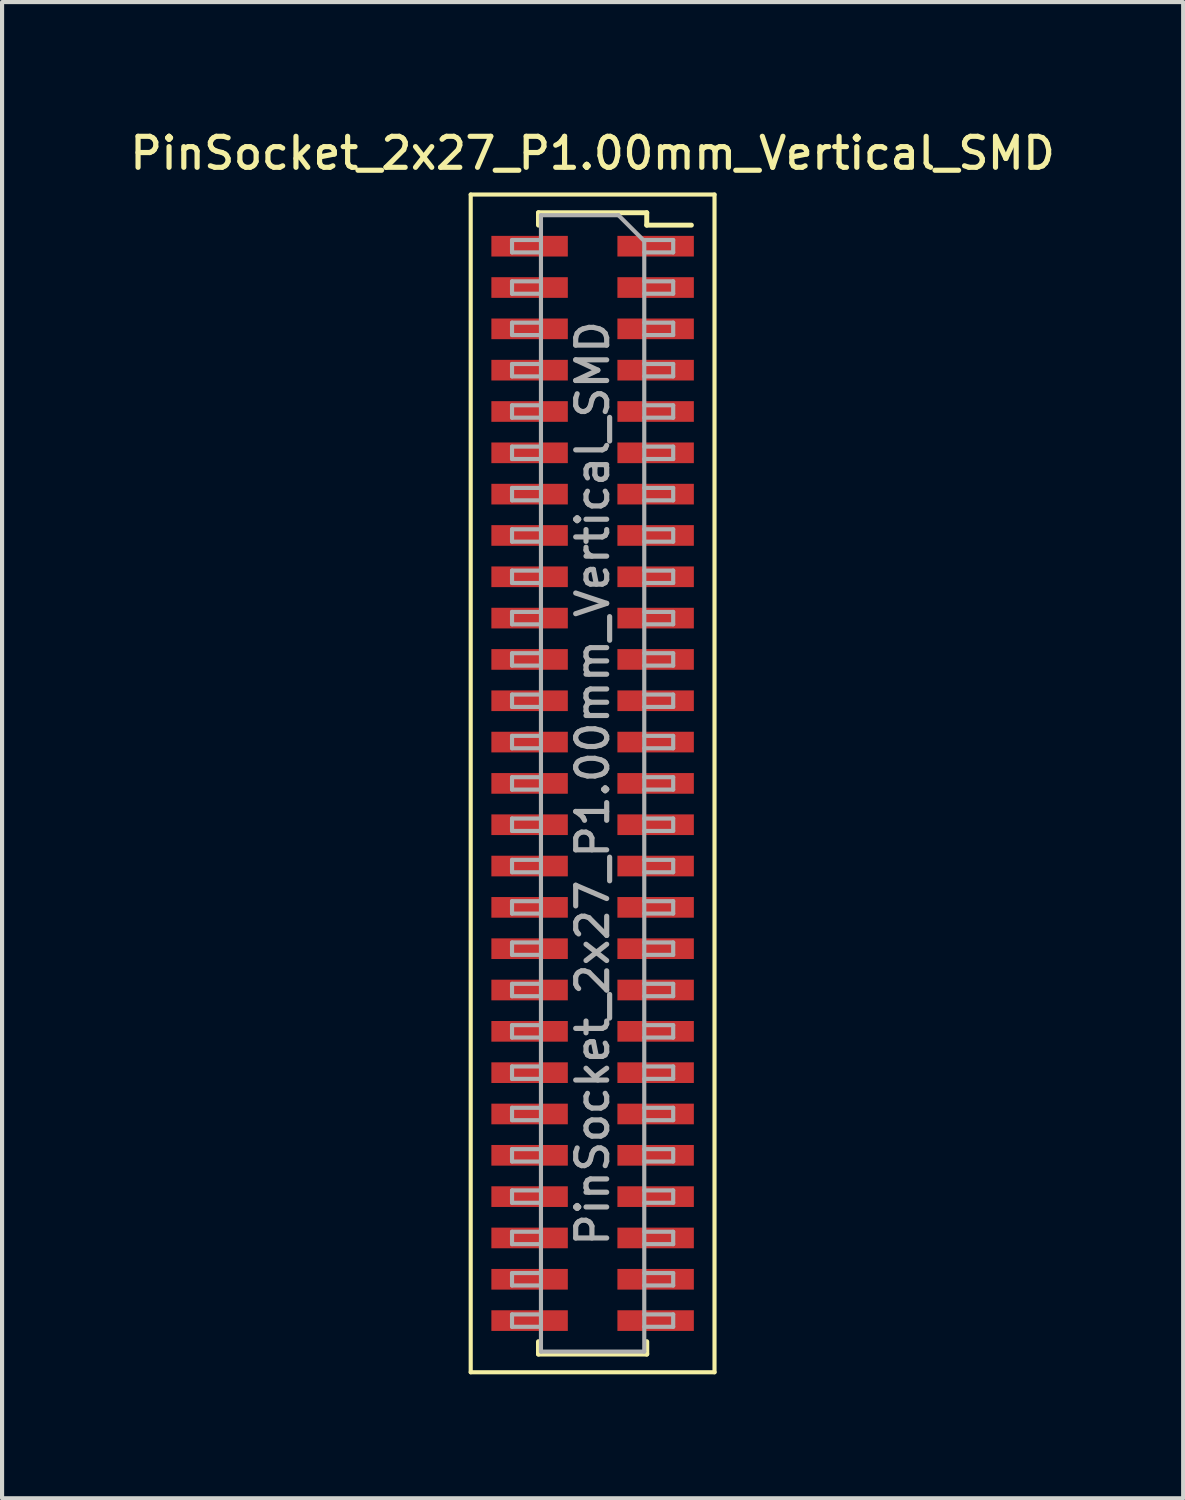
<source format=kicad_pcb>
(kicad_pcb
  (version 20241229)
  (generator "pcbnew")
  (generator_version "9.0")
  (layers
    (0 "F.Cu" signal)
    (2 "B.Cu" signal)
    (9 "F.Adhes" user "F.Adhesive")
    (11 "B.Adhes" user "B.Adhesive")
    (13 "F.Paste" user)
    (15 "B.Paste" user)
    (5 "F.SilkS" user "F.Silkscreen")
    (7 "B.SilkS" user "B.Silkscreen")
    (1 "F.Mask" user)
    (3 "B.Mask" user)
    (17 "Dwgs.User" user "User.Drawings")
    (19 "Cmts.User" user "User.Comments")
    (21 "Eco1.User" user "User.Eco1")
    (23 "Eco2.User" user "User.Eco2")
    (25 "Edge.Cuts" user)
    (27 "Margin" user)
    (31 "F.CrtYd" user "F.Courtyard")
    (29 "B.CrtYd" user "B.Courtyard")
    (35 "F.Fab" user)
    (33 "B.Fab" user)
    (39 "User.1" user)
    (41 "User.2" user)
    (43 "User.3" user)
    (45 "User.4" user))
  (footprint "PinSocket_2x27_P1.00mm_Vertical_SMD"
    (layer "F.Cu")
    (at 11.291 15.908)
    (property "Reference" "PinSocket_2x27_P1.00mm_Vertical_SMD" (at 0 -15.25 0) (layer "F.SilkS") (effects (font (size 0.75 0.75) (thickness 0.125))))
    (attr smd)
    (fp_line (start -2.95 -14.25) (end 2.95 -14.25) (stroke (width 0.1) (type solid)) (layer "F.SilkS"))
    (fp_line (start -2.95 14.25) (end -2.95 -14.25) (stroke (width 0.1) (type solid)) (layer "F.SilkS"))
    (fp_line (start -1.31 -13.81) (end -1.31 -13.51) (stroke (width 0.12) (type solid)) (layer "F.SilkS"))
    (fp_line (start -1.31 -13.81) (end 1.31 -13.81) (stroke (width 0.12) (type solid)) (layer "F.SilkS"))
    (fp_line (start -1.31 13.51) (end -1.31 13.81) (stroke (width 0.12) (type solid)) (layer "F.SilkS"))
    (fp_line (start -1.31 13.81) (end 1.31 13.81) (stroke (width 0.12) (type solid)) (layer "F.SilkS"))
    (fp_line (start 1.31 -13.81) (end 1.31 -13.51) (stroke (width 0.12) (type solid)) (layer "F.SilkS"))
    (fp_line (start 1.31 -13.51) (end 2.39 -13.51) (stroke (width 0.12) (type solid)) (layer "F.SilkS"))
    (fp_line (start 1.31 13.51) (end 1.31 13.81) (stroke (width 0.12) (type solid)) (layer "F.SilkS"))
    (fp_line (start 2.95 -14.25) (end 2.95 14.25) (stroke (width 0.1) (type solid)) (layer "F.SilkS"))
    (fp_line (start 2.95 14.25) (end -2.95 14.25) (stroke (width 0.1) (type solid)) (layer "F.SilkS"))
    (fp_line (start -1.95 -13.15) (end -1.25 -13.15) (stroke (width 0.1) (type solid)) (layer "F.Fab"))
    (fp_line (start -1.95 -12.85) (end -1.95 -13.15) (stroke (width 0.1) (type solid)) (layer "F.Fab"))
    (fp_line (start -1.95 -12.15) (end -1.25 -12.15) (stroke (width 0.1) (type solid)) (layer "F.Fab"))
    (fp_line (start -1.95 -11.85) (end -1.95 -12.15) (stroke (width 0.1) (type solid)) (layer "F.Fab"))
    (fp_line (start -1.95 -11.15) (end -1.25 -11.15) (stroke (width 0.1) (type solid)) (layer "F.Fab"))
    (fp_line (start -1.95 -10.85) (end -1.95 -11.15) (stroke (width 0.1) (type solid)) (layer "F.Fab"))
    (fp_line (start -1.95 -10.15) (end -1.25 -10.15) (stroke (width 0.1) (type solid)) (layer "F.Fab"))
    (fp_line (start -1.95 -9.85) (end -1.95 -10.15) (stroke (width 0.1) (type solid)) (layer "F.Fab"))
    (fp_line (start -1.95 -9.15) (end -1.25 -9.15) (stroke (width 0.1) (type solid)) (layer "F.Fab"))
    (fp_line (start -1.95 -8.85) (end -1.95 -9.15) (stroke (width 0.1) (type solid)) (layer "F.Fab"))
    (fp_line (start -1.95 -8.15) (end -1.25 -8.15) (stroke (width 0.1) (type solid)) (layer "F.Fab"))
    (fp_line (start -1.95 -7.85) (end -1.95 -8.15) (stroke (width 0.1) (type solid)) (layer "F.Fab"))
    (fp_line (start -1.95 -7.15) (end -1.25 -7.15) (stroke (width 0.1) (type solid)) (layer "F.Fab"))
    (fp_line (start -1.95 -6.85) (end -1.95 -7.15) (stroke (width 0.1) (type solid)) (layer "F.Fab"))
    (fp_line (start -1.95 -6.15) (end -1.25 -6.15) (stroke (width 0.1) (type solid)) (layer "F.Fab"))
    (fp_line (start -1.95 -5.85) (end -1.95 -6.15) (stroke (width 0.1) (type solid)) (layer "F.Fab"))
    (fp_line (start -1.95 -5.15) (end -1.25 -5.15) (stroke (width 0.1) (type solid)) (layer "F.Fab"))
    (fp_line (start -1.95 -4.85) (end -1.95 -5.15) (stroke (width 0.1) (type solid)) (layer "F.Fab"))
    (fp_line (start -1.95 -4.15) (end -1.25 -4.15) (stroke (width 0.1) (type solid)) (layer "F.Fab"))
    (fp_line (start -1.95 -3.85) (end -1.95 -4.15) (stroke (width 0.1) (type solid)) (layer "F.Fab"))
    (fp_line (start -1.95 -3.15) (end -1.25 -3.15) (stroke (width 0.1) (type solid)) (layer "F.Fab"))
    (fp_line (start -1.95 -2.85) (end -1.95 -3.15) (stroke (width 0.1) (type solid)) (layer "F.Fab"))
    (fp_line (start -1.95 -2.15) (end -1.25 -2.15) (stroke (width 0.1) (type solid)) (layer "F.Fab"))
    (fp_line (start -1.95 -1.85) (end -1.95 -2.15) (stroke (width 0.1) (type solid)) (layer "F.Fab"))
    (fp_line (start -1.95 -1.15) (end -1.25 -1.15) (stroke (width 0.1) (type solid)) (layer "F.Fab"))
    (fp_line (start -1.95 -0.85) (end -1.95 -1.15) (stroke (width 0.1) (type solid)) (layer "F.Fab"))
    (fp_line (start -1.95 -0.15) (end -1.25 -0.15) (stroke (width 0.1) (type solid)) (layer "F.Fab"))
    (fp_line (start -1.95 0.15) (end -1.95 -0.15) (stroke (width 0.1) (type solid)) (layer "F.Fab"))
    (fp_line (start -1.95 0.85) (end -1.25 0.85) (stroke (width 0.1) (type solid)) (layer "F.Fab"))
    (fp_line (start -1.95 1.15) (end -1.95 0.85) (stroke (width 0.1) (type solid)) (layer "F.Fab"))
    (fp_line (start -1.95 1.85) (end -1.25 1.85) (stroke (width 0.1) (type solid)) (layer "F.Fab"))
    (fp_line (start -1.95 2.15) (end -1.95 1.85) (stroke (width 0.1) (type solid)) (layer "F.Fab"))
    (fp_line (start -1.95 2.85) (end -1.25 2.85) (stroke (width 0.1) (type solid)) (layer "F.Fab"))
    (fp_line (start -1.95 3.15) (end -1.95 2.85) (stroke (width 0.1) (type solid)) (layer "F.Fab"))
    (fp_line (start -1.95 3.85) (end -1.25 3.85) (stroke (width 0.1) (type solid)) (layer "F.Fab"))
    (fp_line (start -1.95 4.15) (end -1.95 3.85) (stroke (width 0.1) (type solid)) (layer "F.Fab"))
    (fp_line (start -1.95 4.85) (end -1.25 4.85) (stroke (width 0.1) (type solid)) (layer "F.Fab"))
    (fp_line (start -1.95 5.15) (end -1.95 4.85) (stroke (width 0.1) (type solid)) (layer "F.Fab"))
    (fp_line (start -1.95 5.85) (end -1.25 5.85) (stroke (width 0.1) (type solid)) (layer "F.Fab"))
    (fp_line (start -1.95 6.15) (end -1.95 5.85) (stroke (width 0.1) (type solid)) (layer "F.Fab"))
    (fp_line (start -1.95 6.85) (end -1.25 6.85) (stroke (width 0.1) (type solid)) (layer "F.Fab"))
    (fp_line (start -1.95 7.15) (end -1.95 6.85) (stroke (width 0.1) (type solid)) (layer "F.Fab"))
    (fp_line (start -1.95 7.85) (end -1.25 7.85) (stroke (width 0.1) (type solid)) (layer "F.Fab"))
    (fp_line (start -1.95 8.15) (end -1.95 7.85) (stroke (width 0.1) (type solid)) (layer "F.Fab"))
    (fp_line (start -1.95 8.85) (end -1.25 8.85) (stroke (width 0.1) (type solid)) (layer "F.Fab"))
    (fp_line (start -1.95 9.15) (end -1.95 8.85) (stroke (width 0.1) (type solid)) (layer "F.Fab"))
    (fp_line (start -1.95 9.85) (end -1.25 9.85) (stroke (width 0.1) (type solid)) (layer "F.Fab"))
    (fp_line (start -1.95 10.15) (end -1.95 9.85) (stroke (width 0.1) (type solid)) (layer "F.Fab"))
    (fp_line (start -1.95 10.85) (end -1.25 10.85) (stroke (width 0.1) (type solid)) (layer "F.Fab"))
    (fp_line (start -1.95 11.15) (end -1.95 10.85) (stroke (width 0.1) (type solid)) (layer "F.Fab"))
    (fp_line (start -1.95 11.85) (end -1.25 11.85) (stroke (width 0.1) (type solid)) (layer "F.Fab"))
    (fp_line (start -1.95 12.15) (end -1.95 11.85) (stroke (width 0.1) (type solid)) (layer "F.Fab"))
    (fp_line (start -1.95 12.85) (end -1.25 12.85) (stroke (width 0.1) (type solid)) (layer "F.Fab"))
    (fp_line (start -1.95 13.15) (end -1.95 12.85) (stroke (width 0.1) (type solid)) (layer "F.Fab"))
    (fp_line (start -1.25 -13.75) (end 0.625 -13.75) (stroke (width 0.1) (type solid)) (layer "F.Fab"))
    (fp_line (start -1.25 -12.85) (end -1.95 -12.85) (stroke (width 0.1) (type solid)) (layer "F.Fab"))
    (fp_line (start -1.25 -11.85) (end -1.95 -11.85) (stroke (width 0.1) (type solid)) (layer "F.Fab"))
    (fp_line (start -1.25 -10.85) (end -1.95 -10.85) (stroke (width 0.1) (type solid)) (layer "F.Fab"))
    (fp_line (start -1.25 -9.85) (end -1.95 -9.85) (stroke (width 0.1) (type solid)) (layer "F.Fab"))
    (fp_line (start -1.25 -8.85) (end -1.95 -8.85) (stroke (width 0.1) (type solid)) (layer "F.Fab"))
    (fp_line (start -1.25 -7.85) (end -1.95 -7.85) (stroke (width 0.1) (type solid)) (layer "F.Fab"))
    (fp_line (start -1.25 -6.85) (end -1.95 -6.85) (stroke (width 0.1) (type solid)) (layer "F.Fab"))
    (fp_line (start -1.25 -5.85) (end -1.95 -5.85) (stroke (width 0.1) (type solid)) (layer "F.Fab"))
    (fp_line (start -1.25 -4.85) (end -1.95 -4.85) (stroke (width 0.1) (type solid)) (layer "F.Fab"))
    (fp_line (start -1.25 -3.85) (end -1.95 -3.85) (stroke (width 0.1) (type solid)) (layer "F.Fab"))
    (fp_line (start -1.25 -2.85) (end -1.95 -2.85) (stroke (width 0.1) (type solid)) (layer "F.Fab"))
    (fp_line (start -1.25 -1.85) (end -1.95 -1.85) (stroke (width 0.1) (type solid)) (layer "F.Fab"))
    (fp_line (start -1.25 -0.85) (end -1.95 -0.85) (stroke (width 0.1) (type solid)) (layer "F.Fab"))
    (fp_line (start -1.25 0.15) (end -1.95 0.15) (stroke (width 0.1) (type solid)) (layer "F.Fab"))
    (fp_line (start -1.25 1.15) (end -1.95 1.15) (stroke (width 0.1) (type solid)) (layer "F.Fab"))
    (fp_line (start -1.25 2.15) (end -1.95 2.15) (stroke (width 0.1) (type solid)) (layer "F.Fab"))
    (fp_line (start -1.25 3.15) (end -1.95 3.15) (stroke (width 0.1) (type solid)) (layer "F.Fab"))
    (fp_line (start -1.25 4.15) (end -1.95 4.15) (stroke (width 0.1) (type solid)) (layer "F.Fab"))
    (fp_line (start -1.25 5.15) (end -1.95 5.15) (stroke (width 0.1) (type solid)) (layer "F.Fab"))
    (fp_line (start -1.25 6.15) (end -1.95 6.15) (stroke (width 0.1) (type solid)) (layer "F.Fab"))
    (fp_line (start -1.25 7.15) (end -1.95 7.15) (stroke (width 0.1) (type solid)) (layer "F.Fab"))
    (fp_line (start -1.25 8.15) (end -1.95 8.15) (stroke (width 0.1) (type solid)) (layer "F.Fab"))
    (fp_line (start -1.25 9.15) (end -1.95 9.15) (stroke (width 0.1) (type solid)) (layer "F.Fab"))
    (fp_line (start -1.25 10.15) (end -1.95 10.15) (stroke (width 0.1) (type solid)) (layer "F.Fab"))
    (fp_line (start -1.25 11.15) (end -1.95 11.15) (stroke (width 0.1) (type solid)) (layer "F.Fab"))
    (fp_line (start -1.25 12.15) (end -1.95 12.15) (stroke (width 0.1) (type solid)) (layer "F.Fab"))
    (fp_line (start -1.25 13.15) (end -1.95 13.15) (stroke (width 0.1) (type solid)) (layer "F.Fab"))
    (fp_line (start -1.25 13.75) (end -1.25 -13.75) (stroke (width 0.1) (type solid)) (layer "F.Fab"))
    (fp_line (start 0.625 -13.75) (end 1.25 -13.125) (stroke (width 0.1) (type solid)) (layer "F.Fab"))
    (fp_line (start 1.25 -13.15) (end 1.95 -13.15) (stroke (width 0.1) (type solid)) (layer "F.Fab"))
    (fp_line (start 1.25 -13.125) (end 1.25 13.75) (stroke (width 0.1) (type solid)) (layer "F.Fab"))
    (fp_line (start 1.25 -12.15) (end 1.95 -12.15) (stroke (width 0.1) (type solid)) (layer "F.Fab"))
    (fp_line (start 1.25 -11.15) (end 1.95 -11.15) (stroke (width 0.1) (type solid)) (layer "F.Fab"))
    (fp_line (start 1.25 -10.15) (end 1.95 -10.15) (stroke (width 0.1) (type solid)) (layer "F.Fab"))
    (fp_line (start 1.25 -9.15) (end 1.95 -9.15) (stroke (width 0.1) (type solid)) (layer "F.Fab"))
    (fp_line (start 1.25 -8.15) (end 1.95 -8.15) (stroke (width 0.1) (type solid)) (layer "F.Fab"))
    (fp_line (start 1.25 -7.15) (end 1.95 -7.15) (stroke (width 0.1) (type solid)) (layer "F.Fab"))
    (fp_line (start 1.25 -6.15) (end 1.95 -6.15) (stroke (width 0.1) (type solid)) (layer "F.Fab"))
    (fp_line (start 1.25 -5.15) (end 1.95 -5.15) (stroke (width 0.1) (type solid)) (layer "F.Fab"))
    (fp_line (start 1.25 -4.15) (end 1.95 -4.15) (stroke (width 0.1) (type solid)) (layer "F.Fab"))
    (fp_line (start 1.25 -3.15) (end 1.95 -3.15) (stroke (width 0.1) (type solid)) (layer "F.Fab"))
    (fp_line (start 1.25 -2.15) (end 1.95 -2.15) (stroke (width 0.1) (type solid)) (layer "F.Fab"))
    (fp_line (start 1.25 -1.15) (end 1.95 -1.15) (stroke (width 0.1) (type solid)) (layer "F.Fab"))
    (fp_line (start 1.25 -0.15) (end 1.95 -0.15) (stroke (width 0.1) (type solid)) (layer "F.Fab"))
    (fp_line (start 1.25 0.85) (end 1.95 0.85) (stroke (width 0.1) (type solid)) (layer "F.Fab"))
    (fp_line (start 1.25 1.85) (end 1.95 1.85) (stroke (width 0.1) (type solid)) (layer "F.Fab"))
    (fp_line (start 1.25 2.85) (end 1.95 2.85) (stroke (width 0.1) (type solid)) (layer "F.Fab"))
    (fp_line (start 1.25 3.85) (end 1.95 3.85) (stroke (width 0.1) (type solid)) (layer "F.Fab"))
    (fp_line (start 1.25 4.85) (end 1.95 4.85) (stroke (width 0.1) (type solid)) (layer "F.Fab"))
    (fp_line (start 1.25 5.85) (end 1.95 5.85) (stroke (width 0.1) (type solid)) (layer "F.Fab"))
    (fp_line (start 1.25 6.85) (end 1.95 6.85) (stroke (width 0.1) (type solid)) (layer "F.Fab"))
    (fp_line (start 1.25 7.85) (end 1.95 7.85) (stroke (width 0.1) (type solid)) (layer "F.Fab"))
    (fp_line (start 1.25 8.85) (end 1.95 8.85) (stroke (width 0.1) (type solid)) (layer "F.Fab"))
    (fp_line (start 1.25 9.85) (end 1.95 9.85) (stroke (width 0.1) (type solid)) (layer "F.Fab"))
    (fp_line (start 1.25 10.85) (end 1.95 10.85) (stroke (width 0.1) (type solid)) (layer "F.Fab"))
    (fp_line (start 1.25 11.85) (end 1.95 11.85) (stroke (width 0.1) (type solid)) (layer "F.Fab"))
    (fp_line (start 1.25 12.85) (end 1.95 12.85) (stroke (width 0.1) (type solid)) (layer "F.Fab"))
    (fp_line (start 1.25 13.75) (end -1.25 13.75) (stroke (width 0.1) (type solid)) (layer "F.Fab"))
    (fp_line (start 1.95 -13.15) (end 1.95 -12.85) (stroke (width 0.1) (type solid)) (layer "F.Fab"))
    (fp_line (start 1.95 -12.85) (end 1.25 -12.85) (stroke (width 0.1) (type solid)) (layer "F.Fab"))
    (fp_line (start 1.95 -12.15) (end 1.95 -11.85) (stroke (width 0.1) (type solid)) (layer "F.Fab"))
    (fp_line (start 1.95 -11.85) (end 1.25 -11.85) (stroke (width 0.1) (type solid)) (layer "F.Fab"))
    (fp_line (start 1.95 -11.15) (end 1.95 -10.85) (stroke (width 0.1) (type solid)) (layer "F.Fab"))
    (fp_line (start 1.95 -10.85) (end 1.25 -10.85) (stroke (width 0.1) (type solid)) (layer "F.Fab"))
    (fp_line (start 1.95 -10.15) (end 1.95 -9.85) (stroke (width 0.1) (type solid)) (layer "F.Fab"))
    (fp_line (start 1.95 -9.85) (end 1.25 -9.85) (stroke (width 0.1) (type solid)) (layer "F.Fab"))
    (fp_line (start 1.95 -9.15) (end 1.95 -8.85) (stroke (width 0.1) (type solid)) (layer "F.Fab"))
    (fp_line (start 1.95 -8.85) (end 1.25 -8.85) (stroke (width 0.1) (type solid)) (layer "F.Fab"))
    (fp_line (start 1.95 -8.15) (end 1.95 -7.85) (stroke (width 0.1) (type solid)) (layer "F.Fab"))
    (fp_line (start 1.95 -7.85) (end 1.25 -7.85) (stroke (width 0.1) (type solid)) (layer "F.Fab"))
    (fp_line (start 1.95 -7.15) (end 1.95 -6.85) (stroke (width 0.1) (type solid)) (layer "F.Fab"))
    (fp_line (start 1.95 -6.85) (end 1.25 -6.85) (stroke (width 0.1) (type solid)) (layer "F.Fab"))
    (fp_line (start 1.95 -6.15) (end 1.95 -5.85) (stroke (width 0.1) (type solid)) (layer "F.Fab"))
    (fp_line (start 1.95 -5.85) (end 1.25 -5.85) (stroke (width 0.1) (type solid)) (layer "F.Fab"))
    (fp_line (start 1.95 -5.15) (end 1.95 -4.85) (stroke (width 0.1) (type solid)) (layer "F.Fab"))
    (fp_line (start 1.95 -4.85) (end 1.25 -4.85) (stroke (width 0.1) (type solid)) (layer "F.Fab"))
    (fp_line (start 1.95 -4.15) (end 1.95 -3.85) (stroke (width 0.1) (type solid)) (layer "F.Fab"))
    (fp_line (start 1.95 -3.85) (end 1.25 -3.85) (stroke (width 0.1) (type solid)) (layer "F.Fab"))
    (fp_line (start 1.95 -3.15) (end 1.95 -2.85) (stroke (width 0.1) (type solid)) (layer "F.Fab"))
    (fp_line (start 1.95 -2.85) (end 1.25 -2.85) (stroke (width 0.1) (type solid)) (layer "F.Fab"))
    (fp_line (start 1.95 -2.15) (end 1.95 -1.85) (stroke (width 0.1) (type solid)) (layer "F.Fab"))
    (fp_line (start 1.95 -1.85) (end 1.25 -1.85) (stroke (width 0.1) (type solid)) (layer "F.Fab"))
    (fp_line (start 1.95 -1.15) (end 1.95 -0.85) (stroke (width 0.1) (type solid)) (layer "F.Fab"))
    (fp_line (start 1.95 -0.85) (end 1.25 -0.85) (stroke (width 0.1) (type solid)) (layer "F.Fab"))
    (fp_line (start 1.95 -0.15) (end 1.95 0.15) (stroke (width 0.1) (type solid)) (layer "F.Fab"))
    (fp_line (start 1.95 0.15) (end 1.25 0.15) (stroke (width 0.1) (type solid)) (layer "F.Fab"))
    (fp_line (start 1.95 0.85) (end 1.95 1.15) (stroke (width 0.1) (type solid)) (layer "F.Fab"))
    (fp_line (start 1.95 1.15) (end 1.25 1.15) (stroke (width 0.1) (type solid)) (layer "F.Fab"))
    (fp_line (start 1.95 1.85) (end 1.95 2.15) (stroke (width 0.1) (type solid)) (layer "F.Fab"))
    (fp_line (start 1.95 2.15) (end 1.25 2.15) (stroke (width 0.1) (type solid)) (layer "F.Fab"))
    (fp_line (start 1.95 2.85) (end 1.95 3.15) (stroke (width 0.1) (type solid)) (layer "F.Fab"))
    (fp_line (start 1.95 3.15) (end 1.25 3.15) (stroke (width 0.1) (type solid)) (layer "F.Fab"))
    (fp_line (start 1.95 3.85) (end 1.95 4.15) (stroke (width 0.1) (type solid)) (layer "F.Fab"))
    (fp_line (start 1.95 4.15) (end 1.25 4.15) (stroke (width 0.1) (type solid)) (layer "F.Fab"))
    (fp_line (start 1.95 4.85) (end 1.95 5.15) (stroke (width 0.1) (type solid)) (layer "F.Fab"))
    (fp_line (start 1.95 5.15) (end 1.25 5.15) (stroke (width 0.1) (type solid)) (layer "F.Fab"))
    (fp_line (start 1.95 5.85) (end 1.95 6.15) (stroke (width 0.1) (type solid)) (layer "F.Fab"))
    (fp_line (start 1.95 6.15) (end 1.25 6.15) (stroke (width 0.1) (type solid)) (layer "F.Fab"))
    (fp_line (start 1.95 6.85) (end 1.95 7.15) (stroke (width 0.1) (type solid)) (layer "F.Fab"))
    (fp_line (start 1.95 7.15) (end 1.25 7.15) (stroke (width 0.1) (type solid)) (layer "F.Fab"))
    (fp_line (start 1.95 7.85) (end 1.95 8.15) (stroke (width 0.1) (type solid)) (layer "F.Fab"))
    (fp_line (start 1.95 8.15) (end 1.25 8.15) (stroke (width 0.1) (type solid)) (layer "F.Fab"))
    (fp_line (start 1.95 8.85) (end 1.95 9.15) (stroke (width 0.1) (type solid)) (layer "F.Fab"))
    (fp_line (start 1.95 9.15) (end 1.25 9.15) (stroke (width 0.1) (type solid)) (layer "F.Fab"))
    (fp_line (start 1.95 9.85) (end 1.95 10.15) (stroke (width 0.1) (type solid)) (layer "F.Fab"))
    (fp_line (start 1.95 10.15) (end 1.25 10.15) (stroke (width 0.1) (type solid)) (layer "F.Fab"))
    (fp_line (start 1.95 10.85) (end 1.95 11.15) (stroke (width 0.1) (type solid)) (layer "F.Fab"))
    (fp_line (start 1.95 11.15) (end 1.25 11.15) (stroke (width 0.1) (type solid)) (layer "F.Fab"))
    (fp_line (start 1.95 11.85) (end 1.95 12.15) (stroke (width 0.1) (type solid)) (layer "F.Fab"))
    (fp_line (start 1.95 12.15) (end 1.25 12.15) (stroke (width 0.1) (type solid)) (layer "F.Fab"))
    (fp_line (start 1.95 12.85) (end 1.95 13.15) (stroke (width 0.1) (type solid)) (layer "F.Fab"))
    (fp_line (start 1.95 13.15) (end 1.25 13.15) (stroke (width 0.1) (type solid)) (layer "F.Fab"))
    (fp_text user "${REFERENCE}" (at 0 0 90) (layer "F.Fab") (effects (font (size 0.75 0.75) (thickness 0.125))))
    (pad "1" smd rect (at 1.525 -13) (size 1.85 0.5) (layers "F.Cu" "F.Mask" "F.Paste"))
    (pad "2" smd rect (at -1.525 -13) (size 1.85 0.5) (layers "F.Cu" "F.Mask" "F.Paste"))
    (pad "3" smd rect (at 1.525 -12) (size 1.85 0.5) (layers "F.Cu" "F.Mask" "F.Paste"))
    (pad "4" smd rect (at -1.525 -12) (size 1.85 0.5) (layers "F.Cu" "F.Mask" "F.Paste"))
    (pad "5" smd rect (at 1.525 -11) (size 1.85 0.5) (layers "F.Cu" "F.Mask" "F.Paste"))
    (pad "6" smd rect (at -1.525 -11) (size 1.85 0.5) (layers "F.Cu" "F.Mask" "F.Paste"))
    (pad "7" smd rect (at 1.525 -10) (size 1.85 0.5) (layers "F.Cu" "F.Mask" "F.Paste"))
    (pad "8" smd rect (at -1.525 -10) (size 1.85 0.5) (layers "F.Cu" "F.Mask" "F.Paste"))
    (pad "9" smd rect (at 1.525 -9) (size 1.85 0.5) (layers "F.Cu" "F.Mask" "F.Paste"))
    (pad "10" smd rect (at -1.525 -9) (size 1.85 0.5) (layers "F.Cu" "F.Mask" "F.Paste"))
    (pad "11" smd rect (at 1.525 -8) (size 1.85 0.5) (layers "F.Cu" "F.Mask" "F.Paste"))
    (pad "12" smd rect (at -1.525 -8) (size 1.85 0.5) (layers "F.Cu" "F.Mask" "F.Paste"))
    (pad "13" smd rect (at 1.525 -7) (size 1.85 0.5) (layers "F.Cu" "F.Mask" "F.Paste"))
    (pad "14" smd rect (at -1.525 -7) (size 1.85 0.5) (layers "F.Cu" "F.Mask" "F.Paste"))
    (pad "15" smd rect (at 1.525 -6) (size 1.85 0.5) (layers "F.Cu" "F.Mask" "F.Paste"))
    (pad "16" smd rect (at -1.525 -6) (size 1.85 0.5) (layers "F.Cu" "F.Mask" "F.Paste"))
    (pad "17" smd rect (at 1.525 -5) (size 1.85 0.5) (layers "F.Cu" "F.Mask" "F.Paste"))
    (pad "18" smd rect (at -1.525 -5) (size 1.85 0.5) (layers "F.Cu" "F.Mask" "F.Paste"))
    (pad "19" smd rect (at 1.525 -4) (size 1.85 0.5) (layers "F.Cu" "F.Mask" "F.Paste"))
    (pad "20" smd rect (at -1.525 -4) (size 1.85 0.5) (layers "F.Cu" "F.Mask" "F.Paste"))
    (pad "21" smd rect (at 1.525 -3) (size 1.85 0.5) (layers "F.Cu" "F.Mask" "F.Paste"))
    (pad "22" smd rect (at -1.525 -3) (size 1.85 0.5) (layers "F.Cu" "F.Mask" "F.Paste"))
    (pad "23" smd rect (at 1.525 -2) (size 1.85 0.5) (layers "F.Cu" "F.Mask" "F.Paste"))
    (pad "24" smd rect (at -1.525 -2) (size 1.85 0.5) (layers "F.Cu" "F.Mask" "F.Paste"))
    (pad "25" smd rect (at 1.525 -1) (size 1.85 0.5) (layers "F.Cu" "F.Mask" "F.Paste"))
    (pad "26" smd rect (at -1.525 -1) (size 1.85 0.5) (layers "F.Cu" "F.Mask" "F.Paste"))
    (pad "27" smd rect (at 1.525 0) (size 1.85 0.5) (layers "F.Cu" "F.Mask" "F.Paste"))
    (pad "28" smd rect (at -1.525 0) (size 1.85 0.5) (layers "F.Cu" "F.Mask" "F.Paste"))
    (pad "29" smd rect (at 1.525 1) (size 1.85 0.5) (layers "F.Cu" "F.Mask" "F.Paste"))
    (pad "30" smd rect (at -1.525 1) (size 1.85 0.5) (layers "F.Cu" "F.Mask" "F.Paste"))
    (pad "31" smd rect (at 1.525 2) (size 1.85 0.5) (layers "F.Cu" "F.Mask" "F.Paste"))
    (pad "32" smd rect (at -1.525 2) (size 1.85 0.5) (layers "F.Cu" "F.Mask" "F.Paste"))
    (pad "33" smd rect (at 1.525 3) (size 1.85 0.5) (layers "F.Cu" "F.Mask" "F.Paste"))
    (pad "34" smd rect (at -1.525 3) (size 1.85 0.5) (layers "F.Cu" "F.Mask" "F.Paste"))
    (pad "35" smd rect (at 1.525 4) (size 1.85 0.5) (layers "F.Cu" "F.Mask" "F.Paste"))
    (pad "36" smd rect (at -1.525 4) (size 1.85 0.5) (layers "F.Cu" "F.Mask" "F.Paste"))
    (pad "37" smd rect (at 1.525 5) (size 1.85 0.5) (layers "F.Cu" "F.Mask" "F.Paste"))
    (pad "38" smd rect (at -1.525 5) (size 1.85 0.5) (layers "F.Cu" "F.Mask" "F.Paste"))
    (pad "39" smd rect (at 1.525 6) (size 1.85 0.5) (layers "F.Cu" "F.Mask" "F.Paste"))
    (pad "40" smd rect (at -1.525 6) (size 1.85 0.5) (layers "F.Cu" "F.Mask" "F.Paste"))
    (pad "41" smd rect (at 1.525 7) (size 1.85 0.5) (layers "F.Cu" "F.Mask" "F.Paste"))
    (pad "42" smd rect (at -1.525 7) (size 1.85 0.5) (layers "F.Cu" "F.Mask" "F.Paste"))
    (pad "43" smd rect (at 1.525 8) (size 1.85 0.5) (layers "F.Cu" "F.Mask" "F.Paste"))
    (pad "44" smd rect (at -1.525 8) (size 1.85 0.5) (layers "F.Cu" "F.Mask" "F.Paste"))
    (pad "45" smd rect (at 1.525 9) (size 1.85 0.5) (layers "F.Cu" "F.Mask" "F.Paste"))
    (pad "46" smd rect (at -1.525 9) (size 1.85 0.5) (layers "F.Cu" "F.Mask" "F.Paste"))
    (pad "47" smd rect (at 1.525 10) (size 1.85 0.5) (layers "F.Cu" "F.Mask" "F.Paste"))
    (pad "48" smd rect (at -1.525 10) (size 1.85 0.5) (layers "F.Cu" "F.Mask" "F.Paste"))
    (pad "49" smd rect (at 1.525 11) (size 1.85 0.5) (layers "F.Cu" "F.Mask" "F.Paste"))
    (pad "50" smd rect (at -1.525 11) (size 1.85 0.5) (layers "F.Cu" "F.Mask" "F.Paste"))
    (pad "51" smd rect (at 1.525 12) (size 1.85 0.5) (layers "F.Cu" "F.Mask" "F.Paste"))
    (pad "52" smd rect (at -1.525 12) (size 1.85 0.5) (layers "F.Cu" "F.Mask" "F.Paste"))
    (pad "53" smd rect (at 1.525 13) (size 1.85 0.5) (layers "F.Cu" "F.Mask" "F.Paste"))
    (pad "54" smd rect (at -1.525 13) (size 1.85 0.5) (layers "F.Cu" "F.Mask" "F.Paste")))
  (gr_rect
    (start -3 -3)
    (end 25.582 33.208)
    (stroke (width 0.1) (type default))
    (fill no)
    (layer "Edge.Cuts")))
</source>
